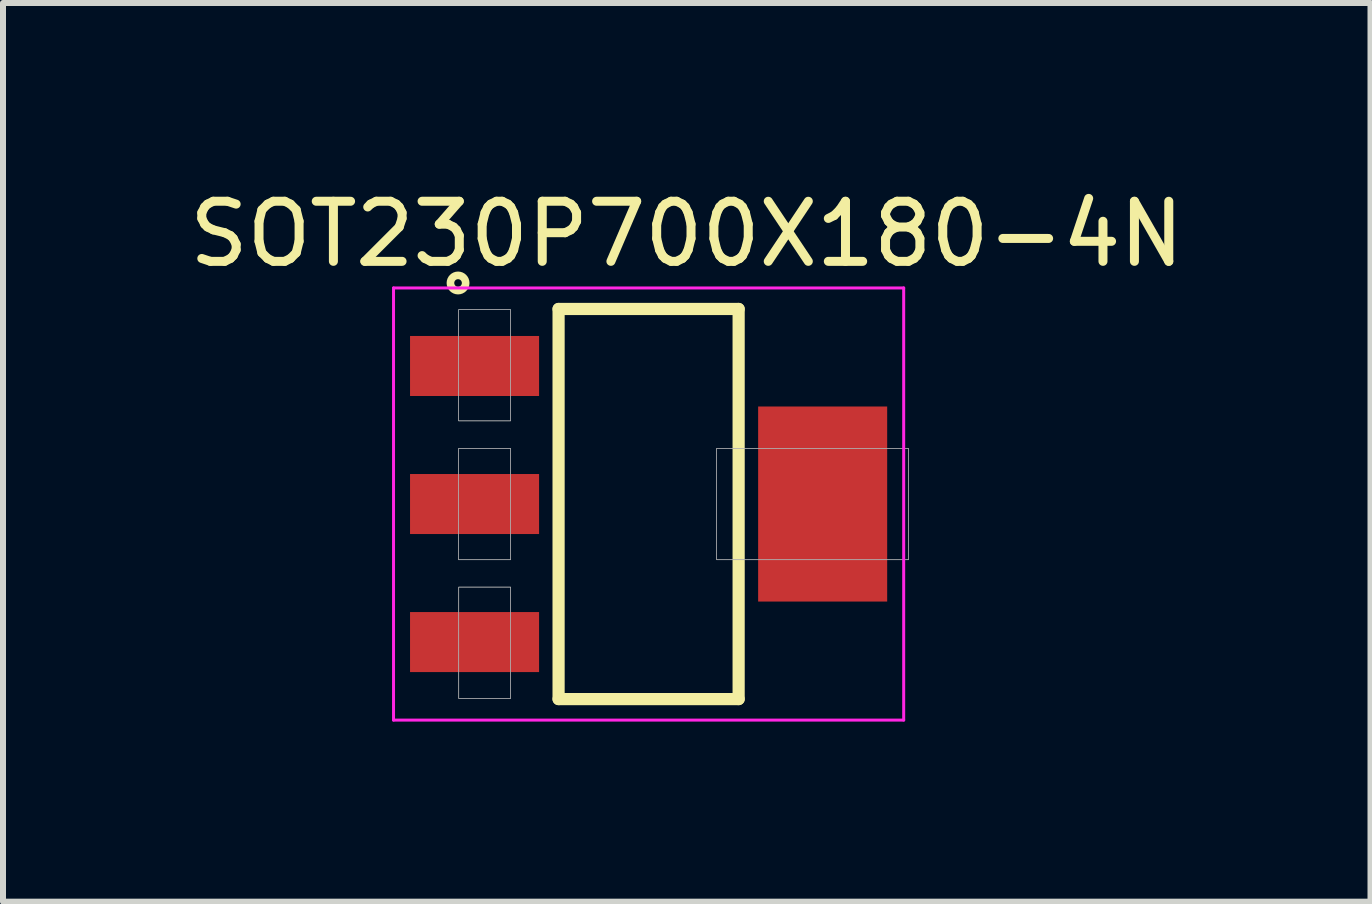
<source format=kicad_pcb>
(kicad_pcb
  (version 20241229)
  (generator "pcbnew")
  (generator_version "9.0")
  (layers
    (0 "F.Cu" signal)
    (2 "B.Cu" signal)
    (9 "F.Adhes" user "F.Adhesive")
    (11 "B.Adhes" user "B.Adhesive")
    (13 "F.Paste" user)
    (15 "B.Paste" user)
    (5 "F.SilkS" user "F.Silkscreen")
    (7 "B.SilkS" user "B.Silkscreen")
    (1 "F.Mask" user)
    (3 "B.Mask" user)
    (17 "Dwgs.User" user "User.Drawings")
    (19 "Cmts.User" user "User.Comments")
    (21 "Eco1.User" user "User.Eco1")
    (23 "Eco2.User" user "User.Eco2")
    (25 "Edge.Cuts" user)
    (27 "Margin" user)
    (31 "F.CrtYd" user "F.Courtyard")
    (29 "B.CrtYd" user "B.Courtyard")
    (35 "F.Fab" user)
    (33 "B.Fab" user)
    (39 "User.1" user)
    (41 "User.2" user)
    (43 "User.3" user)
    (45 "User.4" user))
  (footprint "SOT230P700X180-4N"
    (layer "F.Cu")
    (at 7.757 5.348)
    (property "Reference" "SOT230P700X180-4N" (at 0.635 -4.499 0) (layer "F.SilkS") (effects (font (size 1.001 1.001) (thickness 0.15))))
    (attr smd)
    (fp_line (start -1.5 -3.25) (end 1.5 -3.25) (stroke (width 0.203) (type solid)) (layer "F.SilkS"))
    (fp_line (start -1.5 3.25) (end -1.5 -3.25) (stroke (width 0.203) (type solid)) (layer "F.SilkS"))
    (fp_line (start 1.5 -3.25) (end 1.5 3.25) (stroke (width 0.203) (type solid)) (layer "F.SilkS"))
    (fp_line (start 1.5 3.25) (end -1.5 3.25) (stroke (width 0.203) (type solid)) (layer "F.SilkS"))
    (fp_circle (center -3.175 -3.683) (end -3.048 -3.683) (stroke (width 0.127) (type solid)) (fill no) (layer "F.SilkS"))
    (fp_line (start -4.25 -3.6) (end 4.25 -3.6) (stroke (width 0.05) (type solid)) (layer "F.CrtYd"))
    (fp_line (start -4.25 3.6) (end -4.25 -3.6) (stroke (width 0.05) (type solid)) (layer "F.CrtYd"))
    (fp_line (start 4.25 -3.6) (end 4.25 3.6) (stroke (width 0.05) (type solid)) (layer "F.CrtYd"))
    (fp_line (start 4.25 3.6) (end -4.25 3.6) (stroke (width 0.05) (type solid)) (layer "F.CrtYd"))
    (fp_poly (pts (xy -3.167 -0.927) (xy -2.299 -0.927) (xy -2.299 0.929) (xy -3.167 0.929)) (stroke (width 0.01) (type solid)) (fill no) (layer "F.Fab"))
    (fp_poly (pts (xy -3.167 -3.239) (xy -2.299 -3.239) (xy -2.299 -1.386) (xy -3.167 -1.386)) (stroke (width 0.01) (type solid)) (fill no) (layer "F.Fab"))
    (fp_poly (pts (xy -3.165 1.384) (xy -2.299 1.384) (xy -2.299 3.241) (xy -3.165 3.241)) (stroke (width 0.01) (type solid)) (fill no) (layer "F.Fab"))
    (fp_poly (pts (xy -3.165 -3.239) (xy -2.299 -3.239) (xy -2.299 -1.385) (xy -3.165 -1.385)) (stroke (width 0.01) (type solid)) (fill no) (layer "F.Fab"))
    (fp_poly (pts (xy -3.165 -0.927) (xy -2.299 -0.927) (xy -2.299 0.928) (xy -3.165 0.928)) (stroke (width 0.01) (type solid)) (fill no) (layer "F.Fab"))
    (fp_poly (pts (xy -3.163 1.384) (xy -2.299 1.384) (xy -2.299 3.239) (xy -3.163 3.239)) (stroke (width 0.01) (type solid)) (fill no) (layer "F.Fab"))
    (fp_poly (pts (xy 1.132 -0.927) (xy 4.331 -0.927) (xy 4.331 0.928) (xy 1.132 0.928)) (stroke (width 0.01) (type solid)) (fill no) (layer "F.Fab"))
    (fp_poly (pts (xy 1.132 -0.927) (xy 4.331 -0.927) (xy 4.331 0.929) (xy 1.132 0.929)) (stroke (width 0.01) (type solid)) (fill no) (layer "F.Fab"))
    (pad "1" smd rect (at -2.9 -2.3 270) (size 1 2.15) (layers "F.Cu" "F.Mask" "F.Paste"))
    (pad "2" smd rect (at -2.9 0 270) (size 1 2.15) (layers "F.Cu" "F.Mask" "F.Paste"))
    (pad "3" smd rect (at -2.9 2.3 270) (size 1 2.15) (layers "F.Cu" "F.Mask" "F.Paste"))
    (pad "4" smd rect (at 2.9 0 270) (size 3.25 2.15) (layers "F.Cu" "F.Mask" "F.Paste")))
  (gr_rect
    (start -3 -3)
    (end 19.785 11.973)
    (stroke (width 0.1) (type default))
    (fill no)
    (layer "Edge.Cuts")))
</source>
